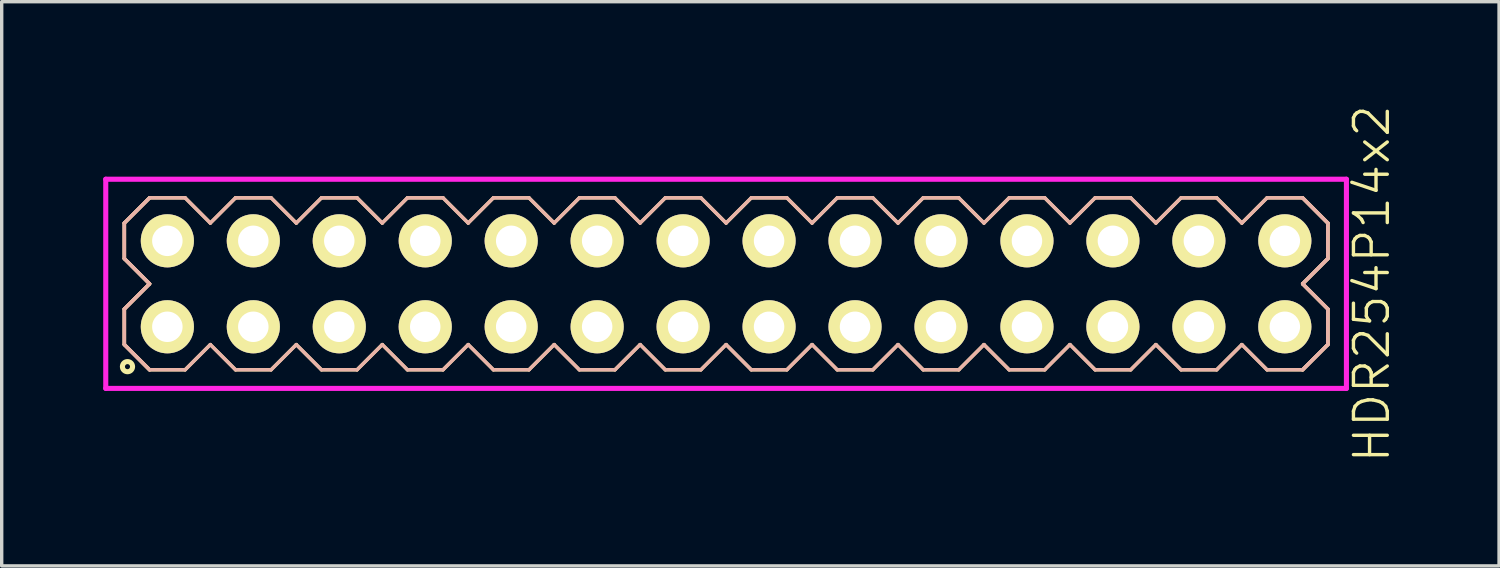
<source format=kicad_pcb>
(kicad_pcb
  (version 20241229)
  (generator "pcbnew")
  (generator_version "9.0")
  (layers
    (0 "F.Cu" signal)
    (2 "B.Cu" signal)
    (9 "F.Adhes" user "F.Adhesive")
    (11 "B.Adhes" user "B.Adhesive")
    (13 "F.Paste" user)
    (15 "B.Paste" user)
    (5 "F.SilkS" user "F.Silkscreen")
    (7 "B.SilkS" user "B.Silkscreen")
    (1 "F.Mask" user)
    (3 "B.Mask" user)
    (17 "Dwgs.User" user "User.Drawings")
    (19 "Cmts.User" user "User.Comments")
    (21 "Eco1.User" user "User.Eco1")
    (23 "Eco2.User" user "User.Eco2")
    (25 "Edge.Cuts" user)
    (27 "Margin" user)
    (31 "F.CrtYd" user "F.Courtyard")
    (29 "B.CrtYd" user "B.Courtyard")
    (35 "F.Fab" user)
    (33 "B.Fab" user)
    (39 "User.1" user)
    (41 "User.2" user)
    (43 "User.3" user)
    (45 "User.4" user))
  (footprint "HDR254P14x2"
    (layer "F.Cu")
    (at 18.405 5.336)
    (property "Reference" "HDR254P14x2" (at 19.08 0 90) (layer "F.SilkS") (effects (font (size 1 1) (thickness 0.1))))
    (attr through_hole)
    (fp_line (start -17.78 -1.796) (end -17.036 -2.54) (stroke (width 0.1) (type solid)) (layer "F.SilkS"))
    (fp_line (start -17.78 -1.796) (end -17.036 -2.54) (stroke (width 0.1) (type solid)) (layer "F.SilkS"))
    (fp_line (start -17.78 -0.744) (end -17.78 -1.796) (stroke (width 0.1) (type solid)) (layer "F.SilkS"))
    (fp_line (start -17.78 -0.744) (end -17.78 -1.796) (stroke (width 0.1) (type solid)) (layer "F.SilkS"))
    (fp_line (start -17.78 0.744) (end -17.036 0) (stroke (width 0.1) (type solid)) (layer "F.SilkS"))
    (fp_line (start -17.78 0.744) (end -17.036 0) (stroke (width 0.1) (type solid)) (layer "F.SilkS"))
    (fp_line (start -17.78 1.796) (end -17.78 0.744) (stroke (width 0.1) (type solid)) (layer "F.SilkS"))
    (fp_line (start -17.78 1.796) (end -17.78 0.744) (stroke (width 0.1) (type solid)) (layer "F.SilkS"))
    (fp_line (start -17.036 -2.54) (end -15.984 -2.54) (stroke (width 0.1) (type solid)) (layer "F.SilkS"))
    (fp_line (start -17.036 0) (end -17.78 -0.744) (stroke (width 0.1) (type solid)) (layer "F.SilkS"))
    (fp_line (start -17.036 0) (end -17.78 -0.744) (stroke (width 0.1) (type solid)) (layer "F.SilkS"))
    (fp_line (start -17.036 2.54) (end -17.78 1.796) (stroke (width 0.1) (type solid)) (layer "F.SilkS"))
    (fp_line (start -17.036 2.54) (end -17.78 1.796) (stroke (width 0.1) (type solid)) (layer "F.SilkS"))
    (fp_line (start -15.984 -2.54) (end -15.24 -1.796) (stroke (width 0.1) (type solid)) (layer "F.SilkS"))
    (fp_line (start -15.984 2.54) (end -17.036 2.54) (stroke (width 0.1) (type solid)) (layer "F.SilkS"))
    (fp_line (start -15.24 -1.796) (end -14.496 -2.54) (stroke (width 0.1) (type solid)) (layer "F.SilkS"))
    (fp_line (start -15.24 1.796) (end -15.984 2.54) (stroke (width 0.1) (type solid)) (layer "F.SilkS"))
    (fp_line (start -14.496 -2.54) (end -13.444 -2.54) (stroke (width 0.1) (type solid)) (layer "F.SilkS"))
    (fp_line (start -14.496 2.54) (end -15.24 1.796) (stroke (width 0.1) (type solid)) (layer "F.SilkS"))
    (fp_line (start -13.444 -2.54) (end -12.7 -1.796) (stroke (width 0.1) (type solid)) (layer "F.SilkS"))
    (fp_line (start -13.444 2.54) (end -14.496 2.54) (stroke (width 0.1) (type solid)) (layer "F.SilkS"))
    (fp_line (start -12.7 -1.796) (end -11.956 -2.54) (stroke (width 0.1) (type solid)) (layer "F.SilkS"))
    (fp_line (start -12.7 1.796) (end -13.444 2.54) (stroke (width 0.1) (type solid)) (layer "F.SilkS"))
    (fp_line (start -11.956 -2.54) (end -10.904 -2.54) (stroke (width 0.1) (type solid)) (layer "F.SilkS"))
    (fp_line (start -11.956 2.54) (end -12.7 1.796) (stroke (width 0.1) (type solid)) (layer "F.SilkS"))
    (fp_line (start -10.904 -2.54) (end -10.16 -1.796) (stroke (width 0.1) (type solid)) (layer "F.SilkS"))
    (fp_line (start -10.904 2.54) (end -11.956 2.54) (stroke (width 0.1) (type solid)) (layer "F.SilkS"))
    (fp_line (start -10.16 -1.796) (end -9.416 -2.54) (stroke (width 0.1) (type solid)) (layer "F.SilkS"))
    (fp_line (start -10.16 1.796) (end -10.904 2.54) (stroke (width 0.1) (type solid)) (layer "F.SilkS"))
    (fp_line (start -9.416 -2.54) (end -8.364 -2.54) (stroke (width 0.1) (type solid)) (layer "F.SilkS"))
    (fp_line (start -9.416 2.54) (end -10.16 1.796) (stroke (width 0.1) (type solid)) (layer "F.SilkS"))
    (fp_line (start -8.364 -2.54) (end -7.62 -1.796) (stroke (width 0.1) (type solid)) (layer "F.SilkS"))
    (fp_line (start -8.364 2.54) (end -9.416 2.54) (stroke (width 0.1) (type solid)) (layer "F.SilkS"))
    (fp_line (start -7.62 -1.796) (end -6.876 -2.54) (stroke (width 0.1) (type solid)) (layer "F.SilkS"))
    (fp_line (start -7.62 1.796) (end -8.364 2.54) (stroke (width 0.1) (type solid)) (layer "F.SilkS"))
    (fp_line (start -6.876 -2.54) (end -5.824 -2.54) (stroke (width 0.1) (type solid)) (layer "F.SilkS"))
    (fp_line (start -6.876 2.54) (end -7.62 1.796) (stroke (width 0.1) (type solid)) (layer "F.SilkS"))
    (fp_line (start -5.824 -2.54) (end -5.08 -1.796) (stroke (width 0.1) (type solid)) (layer "F.SilkS"))
    (fp_line (start -5.824 2.54) (end -6.876 2.54) (stroke (width 0.1) (type solid)) (layer "F.SilkS"))
    (fp_line (start -5.08 -1.796) (end -4.336 -2.54) (stroke (width 0.1) (type solid)) (layer "F.SilkS"))
    (fp_line (start -5.08 1.796) (end -5.824 2.54) (stroke (width 0.1) (type solid)) (layer "F.SilkS"))
    (fp_line (start -4.336 -2.54) (end -3.284 -2.54) (stroke (width 0.1) (type solid)) (layer "F.SilkS"))
    (fp_line (start -4.336 2.54) (end -5.08 1.796) (stroke (width 0.1) (type solid)) (layer "F.SilkS"))
    (fp_line (start -3.284 -2.54) (end -2.54 -1.796) (stroke (width 0.1) (type solid)) (layer "F.SilkS"))
    (fp_line (start -3.284 2.54) (end -4.336 2.54) (stroke (width 0.1) (type solid)) (layer "F.SilkS"))
    (fp_line (start -2.54 -1.796) (end -1.796 -2.54) (stroke (width 0.1) (type solid)) (layer "F.SilkS"))
    (fp_line (start -2.54 1.796) (end -3.284 2.54) (stroke (width 0.1) (type solid)) (layer "F.SilkS"))
    (fp_line (start -1.796 -2.54) (end -0.744 -2.54) (stroke (width 0.1) (type solid)) (layer "F.SilkS"))
    (fp_line (start -1.796 2.54) (end -2.54 1.796) (stroke (width 0.1) (type solid)) (layer "F.SilkS"))
    (fp_line (start -0.744 -2.54) (end 0 -1.796) (stroke (width 0.1) (type solid)) (layer "F.SilkS"))
    (fp_line (start -0.744 2.54) (end -1.796 2.54) (stroke (width 0.1) (type solid)) (layer "F.SilkS"))
    (fp_line (start 0 -1.796) (end 0.744 -2.54) (stroke (width 0.1) (type solid)) (layer "F.SilkS"))
    (fp_line (start 0 1.796) (end -0.744 2.54) (stroke (width 0.1) (type solid)) (layer "F.SilkS"))
    (fp_line (start 0.744 -2.54) (end 1.796 -2.54) (stroke (width 0.1) (type solid)) (layer "F.SilkS"))
    (fp_line (start 0.744 2.54) (end 0 1.796) (stroke (width 0.1) (type solid)) (layer "F.SilkS"))
    (fp_line (start 1.796 -2.54) (end 2.54 -1.796) (stroke (width 0.1) (type solid)) (layer "F.SilkS"))
    (fp_line (start 1.796 2.54) (end 0.744 2.54) (stroke (width 0.1) (type solid)) (layer "F.SilkS"))
    (fp_line (start 2.54 -1.796) (end 3.284 -2.54) (stroke (width 0.1) (type solid)) (layer "F.SilkS"))
    (fp_line (start 2.54 1.796) (end 1.796 2.54) (stroke (width 0.1) (type solid)) (layer "F.SilkS"))
    (fp_line (start 3.284 -2.54) (end 4.336 -2.54) (stroke (width 0.1) (type solid)) (layer "F.SilkS"))
    (fp_line (start 3.284 2.54) (end 2.54 1.796) (stroke (width 0.1) (type solid)) (layer "F.SilkS"))
    (fp_line (start 4.336 -2.54) (end 5.08 -1.796) (stroke (width 0.1) (type solid)) (layer "F.SilkS"))
    (fp_line (start 4.336 2.54) (end 3.284 2.54) (stroke (width 0.1) (type solid)) (layer "F.SilkS"))
    (fp_line (start 5.08 -1.796) (end 5.824 -2.54) (stroke (width 0.1) (type solid)) (layer "F.SilkS"))
    (fp_line (start 5.08 1.796) (end 4.336 2.54) (stroke (width 0.1) (type solid)) (layer "F.SilkS"))
    (fp_line (start 5.824 -2.54) (end 6.876 -2.54) (stroke (width 0.1) (type solid)) (layer "F.SilkS"))
    (fp_line (start 5.824 2.54) (end 5.08 1.796) (stroke (width 0.1) (type solid)) (layer "F.SilkS"))
    (fp_line (start 6.876 -2.54) (end 7.62 -1.796) (stroke (width 0.1) (type solid)) (layer "F.SilkS"))
    (fp_line (start 6.876 2.54) (end 5.824 2.54) (stroke (width 0.1) (type solid)) (layer "F.SilkS"))
    (fp_line (start 7.62 -1.796) (end 8.364 -2.54) (stroke (width 0.1) (type solid)) (layer "F.SilkS"))
    (fp_line (start 7.62 1.796) (end 6.876 2.54) (stroke (width 0.1) (type solid)) (layer "F.SilkS"))
    (fp_line (start 8.364 -2.54) (end 9.416 -2.54) (stroke (width 0.1) (type solid)) (layer "F.SilkS"))
    (fp_line (start 8.364 2.54) (end 7.62 1.796) (stroke (width 0.1) (type solid)) (layer "F.SilkS"))
    (fp_line (start 9.416 -2.54) (end 10.16 -1.796) (stroke (width 0.1) (type solid)) (layer "F.SilkS"))
    (fp_line (start 9.416 2.54) (end 8.364 2.54) (stroke (width 0.1) (type solid)) (layer "F.SilkS"))
    (fp_line (start 10.16 -1.796) (end 10.904 -2.54) (stroke (width 0.1) (type solid)) (layer "F.SilkS"))
    (fp_line (start 10.16 1.796) (end 9.416 2.54) (stroke (width 0.1) (type solid)) (layer "F.SilkS"))
    (fp_line (start 10.904 -2.54) (end 11.956 -2.54) (stroke (width 0.1) (type solid)) (layer "F.SilkS"))
    (fp_line (start 10.904 2.54) (end 10.16 1.796) (stroke (width 0.1) (type solid)) (layer "F.SilkS"))
    (fp_line (start 11.956 -2.54) (end 12.7 -1.796) (stroke (width 0.1) (type solid)) (layer "F.SilkS"))
    (fp_line (start 11.956 2.54) (end 10.904 2.54) (stroke (width 0.1) (type solid)) (layer "F.SilkS"))
    (fp_line (start 12.7 -1.796) (end 13.444 -2.54) (stroke (width 0.1) (type solid)) (layer "F.SilkS"))
    (fp_line (start 12.7 1.796) (end 11.956 2.54) (stroke (width 0.1) (type solid)) (layer "F.SilkS"))
    (fp_line (start 13.444 -2.54) (end 14.496 -2.54) (stroke (width 0.1) (type solid)) (layer "F.SilkS"))
    (fp_line (start 13.444 2.54) (end 12.7 1.796) (stroke (width 0.1) (type solid)) (layer "F.SilkS"))
    (fp_line (start 14.496 -2.54) (end 15.24 -1.796) (stroke (width 0.1) (type solid)) (layer "F.SilkS"))
    (fp_line (start 14.496 2.54) (end 13.444 2.54) (stroke (width 0.1) (type solid)) (layer "F.SilkS"))
    (fp_line (start 15.24 -1.796) (end 15.984 -2.54) (stroke (width 0.1) (type solid)) (layer "F.SilkS"))
    (fp_line (start 15.24 1.796) (end 14.496 2.54) (stroke (width 0.1) (type solid)) (layer "F.SilkS"))
    (fp_line (start 15.984 -2.54) (end 17.036 -2.54) (stroke (width 0.1) (type solid)) (layer "F.SilkS"))
    (fp_line (start 15.984 2.54) (end 15.24 1.796) (stroke (width 0.1) (type solid)) (layer "F.SilkS"))
    (fp_line (start 17.036 -2.54) (end 17.78 -1.796) (stroke (width 0.1) (type solid)) (layer "F.SilkS"))
    (fp_line (start 17.036 -2.54) (end 17.78 -1.796) (stroke (width 0.1) (type solid)) (layer "F.SilkS"))
    (fp_line (start 17.036 0) (end 17.78 0.744) (stroke (width 0.1) (type solid)) (layer "F.SilkS"))
    (fp_line (start 17.036 0) (end 17.78 0.744) (stroke (width 0.1) (type solid)) (layer "F.SilkS"))
    (fp_line (start 17.036 2.54) (end 15.984 2.54) (stroke (width 0.1) (type solid)) (layer "F.SilkS"))
    (fp_line (start 17.78 -1.796) (end 17.78 -0.744) (stroke (width 0.1) (type solid)) (layer "F.SilkS"))
    (fp_line (start 17.78 -1.796) (end 17.78 -0.744) (stroke (width 0.1) (type solid)) (layer "F.SilkS"))
    (fp_line (start 17.78 -0.744) (end 17.036 0) (stroke (width 0.1) (type solid)) (layer "F.SilkS"))
    (fp_line (start 17.78 -0.744) (end 17.036 0) (stroke (width 0.1) (type solid)) (layer "F.SilkS"))
    (fp_line (start 17.78 0.744) (end 17.78 1.796) (stroke (width 0.1) (type solid)) (layer "F.SilkS"))
    (fp_line (start 17.78 0.744) (end 17.78 1.796) (stroke (width 0.1) (type solid)) (layer "F.SilkS"))
    (fp_line (start 17.78 1.796) (end 17.036 2.54) (stroke (width 0.1) (type solid)) (layer "F.SilkS"))
    (fp_line (start 17.78 1.796) (end 17.036 2.54) (stroke (width 0.1) (type solid)) (layer "F.SilkS"))
    (fp_circle (center -17.688 2.448) (end -17.538 2.448) (stroke (width 0.15) (type solid)) (fill no) (layer "F.SilkS"))
    (fp_line (start -17.78 -1.796) (end -17.036 -2.54) (stroke (width 0.1) (type solid)) (layer "B.SilkS"))
    (fp_line (start -17.78 -1.796) (end -17.036 -2.54) (stroke (width 0.1) (type solid)) (layer "B.SilkS"))
    (fp_line (start -17.78 -0.744) (end -17.78 -1.796) (stroke (width 0.1) (type solid)) (layer "B.SilkS"))
    (fp_line (start -17.78 -0.744) (end -17.78 -1.796) (stroke (width 0.1) (type solid)) (layer "B.SilkS"))
    (fp_line (start -17.78 0.744) (end -17.036 0) (stroke (width 0.1) (type solid)) (layer "B.SilkS"))
    (fp_line (start -17.78 0.744) (end -17.036 0) (stroke (width 0.1) (type solid)) (layer "B.SilkS"))
    (fp_line (start -17.78 1.796) (end -17.78 0.744) (stroke (width 0.1) (type solid)) (layer "B.SilkS"))
    (fp_line (start -17.78 1.796) (end -17.78 0.744) (stroke (width 0.1) (type solid)) (layer "B.SilkS"))
    (fp_line (start -17.036 -2.54) (end -15.984 -2.54) (stroke (width 0.1) (type solid)) (layer "B.SilkS"))
    (fp_line (start -17.036 0) (end -17.78 -0.744) (stroke (width 0.1) (type solid)) (layer "B.SilkS"))
    (fp_line (start -17.036 0) (end -17.78 -0.744) (stroke (width 0.1) (type solid)) (layer "B.SilkS"))
    (fp_line (start -17.036 2.54) (end -17.78 1.796) (stroke (width 0.1) (type solid)) (layer "B.SilkS"))
    (fp_line (start -17.036 2.54) (end -17.78 1.796) (stroke (width 0.1) (type solid)) (layer "B.SilkS"))
    (fp_line (start -15.984 -2.54) (end -15.24 -1.796) (stroke (width 0.1) (type solid)) (layer "B.SilkS"))
    (fp_line (start -15.984 2.54) (end -17.036 2.54) (stroke (width 0.1) (type solid)) (layer "B.SilkS"))
    (fp_line (start -15.24 -1.796) (end -14.496 -2.54) (stroke (width 0.1) (type solid)) (layer "B.SilkS"))
    (fp_line (start -15.24 1.796) (end -15.984 2.54) (stroke (width 0.1) (type solid)) (layer "B.SilkS"))
    (fp_line (start -14.496 -2.54) (end -13.444 -2.54) (stroke (width 0.1) (type solid)) (layer "B.SilkS"))
    (fp_line (start -14.496 2.54) (end -15.24 1.796) (stroke (width 0.1) (type solid)) (layer "B.SilkS"))
    (fp_line (start -13.444 -2.54) (end -12.7 -1.796) (stroke (width 0.1) (type solid)) (layer "B.SilkS"))
    (fp_line (start -13.444 2.54) (end -14.496 2.54) (stroke (width 0.1) (type solid)) (layer "B.SilkS"))
    (fp_line (start -12.7 -1.796) (end -11.956 -2.54) (stroke (width 0.1) (type solid)) (layer "B.SilkS"))
    (fp_line (start -12.7 1.796) (end -13.444 2.54) (stroke (width 0.1) (type solid)) (layer "B.SilkS"))
    (fp_line (start -11.956 -2.54) (end -10.904 -2.54) (stroke (width 0.1) (type solid)) (layer "B.SilkS"))
    (fp_line (start -11.956 2.54) (end -12.7 1.796) (stroke (width 0.1) (type solid)) (layer "B.SilkS"))
    (fp_line (start -10.904 -2.54) (end -10.16 -1.796) (stroke (width 0.1) (type solid)) (layer "B.SilkS"))
    (fp_line (start -10.904 2.54) (end -11.956 2.54) (stroke (width 0.1) (type solid)) (layer "B.SilkS"))
    (fp_line (start -10.16 -1.796) (end -9.416 -2.54) (stroke (width 0.1) (type solid)) (layer "B.SilkS"))
    (fp_line (start -10.16 1.796) (end -10.904 2.54) (stroke (width 0.1) (type solid)) (layer "B.SilkS"))
    (fp_line (start -9.416 -2.54) (end -8.364 -2.54) (stroke (width 0.1) (type solid)) (layer "B.SilkS"))
    (fp_line (start -9.416 2.54) (end -10.16 1.796) (stroke (width 0.1) (type solid)) (layer "B.SilkS"))
    (fp_line (start -8.364 -2.54) (end -7.62 -1.796) (stroke (width 0.1) (type solid)) (layer "B.SilkS"))
    (fp_line (start -8.364 2.54) (end -9.416 2.54) (stroke (width 0.1) (type solid)) (layer "B.SilkS"))
    (fp_line (start -7.62 -1.796) (end -6.876 -2.54) (stroke (width 0.1) (type solid)) (layer "B.SilkS"))
    (fp_line (start -7.62 1.796) (end -8.364 2.54) (stroke (width 0.1) (type solid)) (layer "B.SilkS"))
    (fp_line (start -6.876 -2.54) (end -5.824 -2.54) (stroke (width 0.1) (type solid)) (layer "B.SilkS"))
    (fp_line (start -6.876 2.54) (end -7.62 1.796) (stroke (width 0.1) (type solid)) (layer "B.SilkS"))
    (fp_line (start -5.824 -2.54) (end -5.08 -1.796) (stroke (width 0.1) (type solid)) (layer "B.SilkS"))
    (fp_line (start -5.824 2.54) (end -6.876 2.54) (stroke (width 0.1) (type solid)) (layer "B.SilkS"))
    (fp_line (start -5.08 -1.796) (end -4.336 -2.54) (stroke (width 0.1) (type solid)) (layer "B.SilkS"))
    (fp_line (start -5.08 1.796) (end -5.824 2.54) (stroke (width 0.1) (type solid)) (layer "B.SilkS"))
    (fp_line (start -4.336 -2.54) (end -3.284 -2.54) (stroke (width 0.1) (type solid)) (layer "B.SilkS"))
    (fp_line (start -4.336 2.54) (end -5.08 1.796) (stroke (width 0.1) (type solid)) (layer "B.SilkS"))
    (fp_line (start -3.284 -2.54) (end -2.54 -1.796) (stroke (width 0.1) (type solid)) (layer "B.SilkS"))
    (fp_line (start -3.284 2.54) (end -4.336 2.54) (stroke (width 0.1) (type solid)) (layer "B.SilkS"))
    (fp_line (start -2.54 -1.796) (end -1.796 -2.54) (stroke (width 0.1) (type solid)) (layer "B.SilkS"))
    (fp_line (start -2.54 1.796) (end -3.284 2.54) (stroke (width 0.1) (type solid)) (layer "B.SilkS"))
    (fp_line (start -1.796 -2.54) (end -0.744 -2.54) (stroke (width 0.1) (type solid)) (layer "B.SilkS"))
    (fp_line (start -1.796 2.54) (end -2.54 1.796) (stroke (width 0.1) (type solid)) (layer "B.SilkS"))
    (fp_line (start -0.744 -2.54) (end 0 -1.796) (stroke (width 0.1) (type solid)) (layer "B.SilkS"))
    (fp_line (start -0.744 2.54) (end -1.796 2.54) (stroke (width 0.1) (type solid)) (layer "B.SilkS"))
    (fp_line (start 0 -1.796) (end 0.744 -2.54) (stroke (width 0.1) (type solid)) (layer "B.SilkS"))
    (fp_line (start 0 1.796) (end -0.744 2.54) (stroke (width 0.1) (type solid)) (layer "B.SilkS"))
    (fp_line (start 0.744 -2.54) (end 1.796 -2.54) (stroke (width 0.1) (type solid)) (layer "B.SilkS"))
    (fp_line (start 0.744 2.54) (end 0 1.796) (stroke (width 0.1) (type solid)) (layer "B.SilkS"))
    (fp_line (start 1.796 -2.54) (end 2.54 -1.796) (stroke (width 0.1) (type solid)) (layer "B.SilkS"))
    (fp_line (start 1.796 2.54) (end 0.744 2.54) (stroke (width 0.1) (type solid)) (layer "B.SilkS"))
    (fp_line (start 2.54 -1.796) (end 3.284 -2.54) (stroke (width 0.1) (type solid)) (layer "B.SilkS"))
    (fp_line (start 2.54 1.796) (end 1.796 2.54) (stroke (width 0.1) (type solid)) (layer "B.SilkS"))
    (fp_line (start 3.284 -2.54) (end 4.336 -2.54) (stroke (width 0.1) (type solid)) (layer "B.SilkS"))
    (fp_line (start 3.284 2.54) (end 2.54 1.796) (stroke (width 0.1) (type solid)) (layer "B.SilkS"))
    (fp_line (start 4.336 -2.54) (end 5.08 -1.796) (stroke (width 0.1) (type solid)) (layer "B.SilkS"))
    (fp_line (start 4.336 2.54) (end 3.284 2.54) (stroke (width 0.1) (type solid)) (layer "B.SilkS"))
    (fp_line (start 5.08 -1.796) (end 5.824 -2.54) (stroke (width 0.1) (type solid)) (layer "B.SilkS"))
    (fp_line (start 5.08 1.796) (end 4.336 2.54) (stroke (width 0.1) (type solid)) (layer "B.SilkS"))
    (fp_line (start 5.824 -2.54) (end 6.876 -2.54) (stroke (width 0.1) (type solid)) (layer "B.SilkS"))
    (fp_line (start 5.824 2.54) (end 5.08 1.796) (stroke (width 0.1) (type solid)) (layer "B.SilkS"))
    (fp_line (start 6.876 -2.54) (end 7.62 -1.796) (stroke (width 0.1) (type solid)) (layer "B.SilkS"))
    (fp_line (start 6.876 2.54) (end 5.824 2.54) (stroke (width 0.1) (type solid)) (layer "B.SilkS"))
    (fp_line (start 7.62 -1.796) (end 8.364 -2.54) (stroke (width 0.1) (type solid)) (layer "B.SilkS"))
    (fp_line (start 7.62 1.796) (end 6.876 2.54) (stroke (width 0.1) (type solid)) (layer "B.SilkS"))
    (fp_line (start 8.364 -2.54) (end 9.416 -2.54) (stroke (width 0.1) (type solid)) (layer "B.SilkS"))
    (fp_line (start 8.364 2.54) (end 7.62 1.796) (stroke (width 0.1) (type solid)) (layer "B.SilkS"))
    (fp_line (start 9.416 -2.54) (end 10.16 -1.796) (stroke (width 0.1) (type solid)) (layer "B.SilkS"))
    (fp_line (start 9.416 2.54) (end 8.364 2.54) (stroke (width 0.1) (type solid)) (layer "B.SilkS"))
    (fp_line (start 10.16 -1.796) (end 10.904 -2.54) (stroke (width 0.1) (type solid)) (layer "B.SilkS"))
    (fp_line (start 10.16 1.796) (end 9.416 2.54) (stroke (width 0.1) (type solid)) (layer "B.SilkS"))
    (fp_line (start 10.904 -2.54) (end 11.956 -2.54) (stroke (width 0.1) (type solid)) (layer "B.SilkS"))
    (fp_line (start 10.904 2.54) (end 10.16 1.796) (stroke (width 0.1) (type solid)) (layer "B.SilkS"))
    (fp_line (start 11.956 -2.54) (end 12.7 -1.796) (stroke (width 0.1) (type solid)) (layer "B.SilkS"))
    (fp_line (start 11.956 2.54) (end 10.904 2.54) (stroke (width 0.1) (type solid)) (layer "B.SilkS"))
    (fp_line (start 12.7 -1.796) (end 13.444 -2.54) (stroke (width 0.1) (type solid)) (layer "B.SilkS"))
    (fp_line (start 12.7 1.796) (end 11.956 2.54) (stroke (width 0.1) (type solid)) (layer "B.SilkS"))
    (fp_line (start 13.444 -2.54) (end 14.496 -2.54) (stroke (width 0.1) (type solid)) (layer "B.SilkS"))
    (fp_line (start 13.444 2.54) (end 12.7 1.796) (stroke (width 0.1) (type solid)) (layer "B.SilkS"))
    (fp_line (start 14.496 -2.54) (end 15.24 -1.796) (stroke (width 0.1) (type solid)) (layer "B.SilkS"))
    (fp_line (start 14.496 2.54) (end 13.444 2.54) (stroke (width 0.1) (type solid)) (layer "B.SilkS"))
    (fp_line (start 15.24 -1.796) (end 15.984 -2.54) (stroke (width 0.1) (type solid)) (layer "B.SilkS"))
    (fp_line (start 15.24 1.796) (end 14.496 2.54) (stroke (width 0.1) (type solid)) (layer "B.SilkS"))
    (fp_line (start 15.984 -2.54) (end 17.036 -2.54) (stroke (width 0.1) (type solid)) (layer "B.SilkS"))
    (fp_line (start 15.984 2.54) (end 15.24 1.796) (stroke (width 0.1) (type solid)) (layer "B.SilkS"))
    (fp_line (start 17.036 -2.54) (end 17.78 -1.796) (stroke (width 0.1) (type solid)) (layer "B.SilkS"))
    (fp_line (start 17.036 -2.54) (end 17.78 -1.796) (stroke (width 0.1) (type solid)) (layer "B.SilkS"))
    (fp_line (start 17.036 0) (end 17.78 0.744) (stroke (width 0.1) (type solid)) (layer "B.SilkS"))
    (fp_line (start 17.036 0) (end 17.78 0.744) (stroke (width 0.1) (type solid)) (layer "B.SilkS"))
    (fp_line (start 17.036 2.54) (end 15.984 2.54) (stroke (width 0.1) (type solid)) (layer "B.SilkS"))
    (fp_line (start 17.78 -1.796) (end 17.78 -0.744) (stroke (width 0.1) (type solid)) (layer "B.SilkS"))
    (fp_line (start 17.78 -1.796) (end 17.78 -0.744) (stroke (width 0.1) (type solid)) (layer "B.SilkS"))
    (fp_line (start 17.78 -0.744) (end 17.036 0) (stroke (width 0.1) (type solid)) (layer "B.SilkS"))
    (fp_line (start 17.78 -0.744) (end 17.036 0) (stroke (width 0.1) (type solid)) (layer "B.SilkS"))
    (fp_line (start 17.78 0.744) (end 17.78 1.796) (stroke (width 0.1) (type solid)) (layer "B.SilkS"))
    (fp_line (start 17.78 0.744) (end 17.78 1.796) (stroke (width 0.1) (type solid)) (layer "B.SilkS"))
    (fp_line (start 17.78 1.796) (end 17.036 2.54) (stroke (width 0.1) (type solid)) (layer "B.SilkS"))
    (fp_line (start 17.78 1.796) (end 17.036 2.54) (stroke (width 0.1) (type solid)) (layer "B.SilkS"))
    (fp_line (start -18.33 -3.09) (end -18.33 3.09) (stroke (width 0.15) (type solid)) (layer "F.CrtYd"))
    (fp_line (start -18.33 3.09) (end 18.33 3.09) (stroke (width 0.15) (type solid)) (layer "F.CrtYd"))
    (fp_line (start 18.33 -3.09) (end -18.33 -3.09) (stroke (width 0.15) (type solid)) (layer "F.CrtYd"))
    (fp_line (start 18.33 3.09) (end 18.33 -3.09) (stroke (width 0.15) (type solid)) (layer "F.CrtYd"))
    (pad "1" thru_hole oval (at -16.51 1.27) (size 1.57 1.57) (drill 0.9) (layers "*.Cu" "*.Mask" "F.SilkS"))
    (pad "2" thru_hole oval (at -16.51 -1.27) (size 1.57 1.57) (drill 0.9) (layers "*.Cu" "*.Mask" "F.SilkS"))
    (pad "3" thru_hole oval (at -13.97 1.27) (size 1.57 1.57) (drill 0.9) (layers "*.Cu" "*.Mask" "F.SilkS"))
    (pad "4" thru_hole oval (at -13.97 -1.27) (size 1.57 1.57) (drill 0.9) (layers "*.Cu" "*.Mask" "F.SilkS"))
    (pad "5" thru_hole oval (at -11.43 1.27) (size 1.57 1.57) (drill 0.9) (layers "*.Cu" "*.Mask" "F.SilkS"))
    (pad "6" thru_hole oval (at -11.43 -1.27) (size 1.57 1.57) (drill 0.9) (layers "*.Cu" "*.Mask" "F.SilkS"))
    (pad "7" thru_hole oval (at -8.89 1.27) (size 1.57 1.57) (drill 0.9) (layers "*.Cu" "*.Mask" "F.SilkS"))
    (pad "8" thru_hole oval (at -8.89 -1.27) (size 1.57 1.57) (drill 0.9) (layers "*.Cu" "*.Mask" "F.SilkS"))
    (pad "9" thru_hole oval (at -6.35 1.27) (size 1.57 1.57) (drill 0.9) (layers "*.Cu" "*.Mask" "F.SilkS"))
    (pad "10" thru_hole oval (at -6.35 -1.27) (size 1.57 1.57) (drill 0.9) (layers "*.Cu" "*.Mask" "F.SilkS"))
    (pad "11" thru_hole oval (at -3.81 1.27) (size 1.57 1.57) (drill 0.9) (layers "*.Cu" "*.Mask" "F.SilkS"))
    (pad "12" thru_hole oval (at -3.81 -1.27) (size 1.57 1.57) (drill 0.9) (layers "*.Cu" "*.Mask" "F.SilkS"))
    (pad "13" thru_hole oval (at -1.27 1.27) (size 1.57 1.57) (drill 0.9) (layers "*.Cu" "*.Mask" "F.SilkS"))
    (pad "14" thru_hole oval (at -1.27 -1.27) (size 1.57 1.57) (drill 0.9) (layers "*.Cu" "*.Mask" "F.SilkS"))
    (pad "15" thru_hole oval (at 1.27 1.27) (size 1.57 1.57) (drill 0.9) (layers "*.Cu" "*.Mask" "F.SilkS"))
    (pad "16" thru_hole oval (at 1.27 -1.27) (size 1.57 1.57) (drill 0.9) (layers "*.Cu" "*.Mask" "F.SilkS"))
    (pad "17" thru_hole oval (at 3.81 1.27) (size 1.57 1.57) (drill 0.9) (layers "*.Cu" "*.Mask" "F.SilkS"))
    (pad "18" thru_hole oval (at 3.81 -1.27) (size 1.57 1.57) (drill 0.9) (layers "*.Cu" "*.Mask" "F.SilkS"))
    (pad "19" thru_hole oval (at 6.35 1.27) (size 1.57 1.57) (drill 0.9) (layers "*.Cu" "*.Mask" "F.SilkS"))
    (pad "20" thru_hole oval (at 6.35 -1.27) (size 1.57 1.57) (drill 0.9) (layers "*.Cu" "*.Mask" "F.SilkS"))
    (pad "21" thru_hole oval (at 8.89 1.27) (size 1.57 1.57) (drill 0.9) (layers "*.Cu" "*.Mask" "F.SilkS"))
    (pad "22" thru_hole oval (at 8.89 -1.27) (size 1.57 1.57) (drill 0.9) (layers "*.Cu" "*.Mask" "F.SilkS"))
    (pad "23" thru_hole oval (at 11.43 1.27) (size 1.57 1.57) (drill 0.9) (layers "*.Cu" "*.Mask" "F.SilkS"))
    (pad "24" thru_hole oval (at 11.43 -1.27) (size 1.57 1.57) (drill 0.9) (layers "*.Cu" "*.Mask" "F.SilkS"))
    (pad "25" thru_hole oval (at 13.97 1.27) (size 1.57 1.57) (drill 0.9) (layers "*.Cu" "*.Mask" "F.SilkS"))
    (pad "26" thru_hole oval (at 13.97 -1.27) (size 1.57 1.57) (drill 0.9) (layers "*.Cu" "*.Mask" "F.SilkS"))
    (pad "27" thru_hole oval (at 16.51 1.27) (size 1.57 1.57) (drill 0.9) (layers "*.Cu" "*.Mask" "F.SilkS"))
    (pad "28" thru_hole oval (at 16.51 -1.27) (size 1.57 1.57) (drill 0.9) (layers "*.Cu" "*.Mask" "F.SilkS")))
  (gr_rect
    (start -3 -3)
    (end 41.245 13.671)
    (stroke (width 0.1) (type default))
    (fill no)
    (layer "Edge.Cuts")))
</source>
